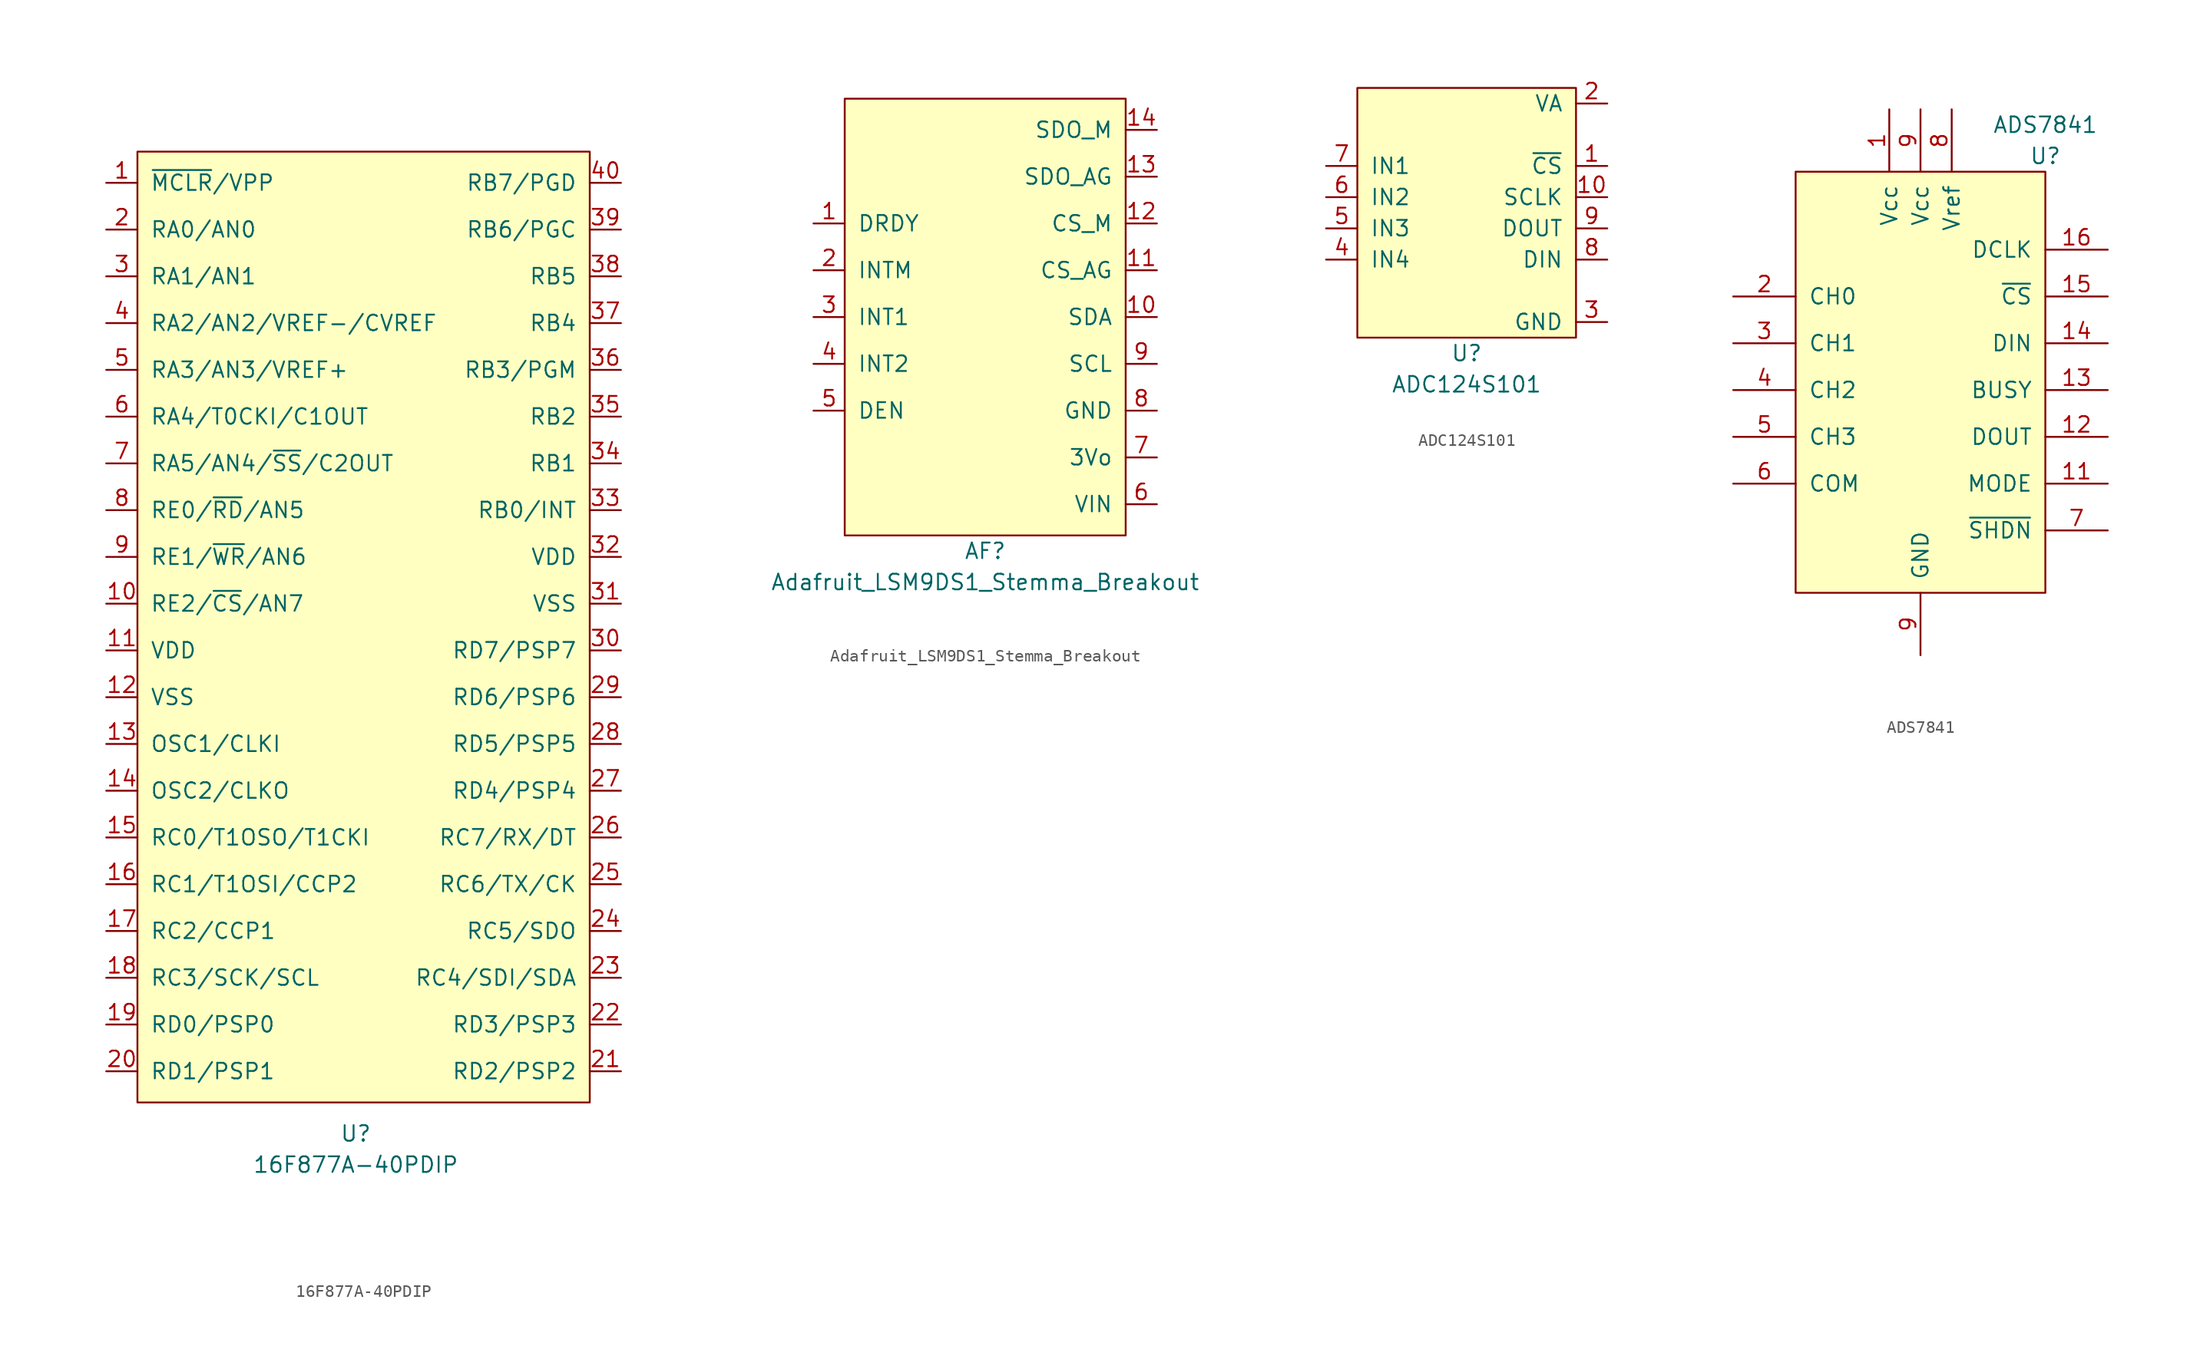
<source format=kicad_sym>
(kicad_symbol_lib
  (version 20211014)
  (generator kicad_symbol_editor)
  (symbol "16F877A-40PDIP"
    (pin_names
      (offset 1.016))
    (property "Reference" "U"
      (at 0 -38.1 0)
      (effects (font (size 1.27 1.27))))
    (property "Value" "16F877A-40PDIP"
      (at 0 -40.64 0)
      (effects (font (size 1.27 1.27))))
    (symbol "16F877A-40PDIP_0_1"
      (rectangle (start -17.78 41.91) (end 19.05 -35.56) (stroke (width 0) (type default) (color 0 0 0 0)) (fill (type background))))
    (symbol "16F877A-40PDIP_1_1"
      (pin unspecified line (at -20.32 39.37 0) (length 2.54) (name "~{MCLR}/VPP" (effects (font (size 1.27 1.27)))) (number "1" (effects (font (size 1.27 1.27)))))
      (pin unspecified line (at -20.32 5.08 0) (length 2.54) (name "RE2/~{CS}/AN7" (effects (font (size 1.27 1.27)))) (number "10" (effects (font (size 1.27 1.27)))))
      (pin power_in line (at -20.32 1.27 0) (length 2.54) (name "VDD" (effects (font (size 1.27 1.27)))) (number "11" (effects (font (size 1.27 1.27)))))
      (pin power_in line (at -20.32 -2.54 0) (length 2.54) (name "VSS" (effects (font (size 1.27 1.27)))) (number "12" (effects (font (size 1.27 1.27)))))
      (pin unspecified line (at -20.32 -6.35 0) (length 2.54) (name "OSC1/CLKI" (effects (font (size 1.27 1.27)))) (number "13" (effects (font (size 1.27 1.27)))))
      (pin unspecified line (at -20.32 -10.16 0) (length 2.54) (name "OSC2/CLKO" (effects (font (size 1.27 1.27)))) (number "14" (effects (font (size 1.27 1.27)))))
      (pin unspecified line (at -20.32 -13.97 0) (length 2.54) (name "RC0/T1OSO/T1CKI" (effects (font (size 1.27 1.27)))) (number "15" (effects (font (size 1.27 1.27)))))
      (pin unspecified line (at -20.32 -17.78 0) (length 2.54) (name "RC1/T1OSI/CCP2" (effects (font (size 1.27 1.27)))) (number "16" (effects (font (size 1.27 1.27)))))
      (pin unspecified line (at -20.32 -21.59 0) (length 2.54) (name "RC2/CCP1" (effects (font (size 1.27 1.27)))) (number "17" (effects (font (size 1.27 1.27)))))
      (pin unspecified line (at -20.32 -25.4 0) (length 2.54) (name "RC3/SCK/SCL" (effects (font (size 1.27 1.27)))) (number "18" (effects (font (size 1.27 1.27)))))
      (pin unspecified line (at -20.32 -29.21 0) (length 2.54) (name "RD0/PSP0" (effects (font (size 1.27 1.27)))) (number "19" (effects (font (size 1.27 1.27)))))
      (pin unspecified line (at -20.32 35.56 0) (length 2.54) (name "RA0/AN0" (effects (font (size 1.27 1.27)))) (number "2" (effects (font (size 1.27 1.27)))))
      (pin unspecified line (at -20.32 -33.02 0) (length 2.54) (name "RD1/PSP1" (effects (font (size 1.27 1.27)))) (number "20" (effects (font (size 1.27 1.27)))))
      (pin unspecified line (at 21.59 -33.02 180) (length 2.54) (name "RD2/PSP2" (effects (font (size 1.27 1.27)))) (number "21" (effects (font (size 1.27 1.27)))))
      (pin unspecified line (at 21.59 -29.21 180) (length 2.54) (name "RD3/PSP3" (effects (font (size 1.27 1.27)))) (number "22" (effects (font (size 1.27 1.27)))))
      (pin unspecified line (at 21.59 -25.4 180) (length 2.54) (name "RC4/SDI/SDA" (effects (font (size 1.27 1.27)))) (number "23" (effects (font (size 1.27 1.27)))))
      (pin unspecified line (at 21.59 -21.59 180) (length 2.54) (name "RC5/SDO" (effects (font (size 1.27 1.27)))) (number "24" (effects (font (size 1.27 1.27)))))
      (pin unspecified line (at 21.59 -17.78 180) (length 2.54) (name "RC6/TX/CK" (effects (font (size 1.27 1.27)))) (number "25" (effects (font (size 1.27 1.27)))))
      (pin unspecified line (at 21.59 -13.97 180) (length 2.54) (name "RC7/RX/DT" (effects (font (size 1.27 1.27)))) (number "26" (effects (font (size 1.27 1.27)))))
      (pin unspecified line (at 21.59 -10.16 180) (length 2.54) (name "RD4/PSP4" (effects (font (size 1.27 1.27)))) (number "27" (effects (font (size 1.27 1.27)))))
      (pin unspecified line (at 21.59 -6.35 180) (length 2.54) (name "RD5/PSP5" (effects (font (size 1.27 1.27)))) (number "28" (effects (font (size 1.27 1.27)))))
      (pin unspecified line (at 21.59 -2.54 180) (length 2.54) (name "RD6/PSP6" (effects (font (size 1.27 1.27)))) (number "29" (effects (font (size 1.27 1.27)))))
      (pin unspecified line (at -20.32 31.75 0) (length 2.54) (name "RA1/AN1" (effects (font (size 1.27 1.27)))) (number "3" (effects (font (size 1.27 1.27)))))
      (pin unspecified line (at 21.59 1.27 180) (length 2.54) (name "RD7/PSP7" (effects (font (size 1.27 1.27)))) (number "30" (effects (font (size 1.27 1.27)))))
      (pin power_in line (at 21.59 5.08 180) (length 2.54) (name "VSS" (effects (font (size 1.27 1.27)))) (number "31" (effects (font (size 1.27 1.27)))))
      (pin power_in line (at 21.59 8.89 180) (length 2.54) (name "VDD" (effects (font (size 1.27 1.27)))) (number "32" (effects (font (size 1.27 1.27)))))
      (pin unspecified line (at 21.59 12.7 180) (length 2.54) (name "RB0/INT" (effects (font (size 1.27 1.27)))) (number "33" (effects (font (size 1.27 1.27)))))
      (pin unspecified line (at 21.59 16.51 180) (length 2.54) (name "RB1" (effects (font (size 1.27 1.27)))) (number "34" (effects (font (size 1.27 1.27)))))
      (pin unspecified line (at 21.59 20.32 180) (length 2.54) (name "RB2" (effects (font (size 1.27 1.27)))) (number "35" (effects (font (size 1.27 1.27)))))
      (pin unspecified line (at 21.59 24.13 180) (length 2.54) (name "RB3/PGM" (effects (font (size 1.27 1.27)))) (number "36" (effects (font (size 1.27 1.27)))))
      (pin unspecified line (at 21.59 27.94 180) (length 2.54) (name "RB4" (effects (font (size 1.27 1.27)))) (number "37" (effects (font (size 1.27 1.27)))))
      (pin unspecified line (at 21.59 31.75 180) (length 2.54) (name "RB5" (effects (font (size 1.27 1.27)))) (number "38" (effects (font (size 1.27 1.27)))))
      (pin unspecified line (at 21.59 35.56 180) (length 2.54) (name "RB6/PGC" (effects (font (size 1.27 1.27)))) (number "39" (effects (font (size 1.27 1.27)))))
      (pin unspecified line (at -20.32 27.94 0) (length 2.54) (name "RA2/AN2/VREF-/CVREF" (effects (font (size 1.27 1.27)))) (number "4" (effects (font (size 1.27 1.27)))))
      (pin unspecified line (at 21.59 39.37 180) (length 2.54) (name "RB7/PGD" (effects (font (size 1.27 1.27)))) (number "40" (effects (font (size 1.27 1.27)))))
      (pin unspecified line (at -20.32 24.13 0) (length 2.54) (name "RA3/AN3/VREF+" (effects (font (size 1.27 1.27)))) (number "5" (effects (font (size 1.27 1.27)))))
      (pin unspecified line (at -20.32 20.32 0) (length 2.54) (name "RA4/T0CKI/C1OUT" (effects (font (size 1.27 1.27)))) (number "6" (effects (font (size 1.27 1.27)))))
      (pin unspecified line (at -20.32 16.51 0) (length 2.54) (name "RA5/AN4/~{SS}/C2OUT" (effects (font (size 1.27 1.27)))) (number "7" (effects (font (size 1.27 1.27)))))
      (pin unspecified line (at -20.32 12.7 0) (length 2.54) (name "RE0/~{RD}/AN5" (effects (font (size 1.27 1.27)))) (number "8" (effects (font (size 1.27 1.27)))))
      (pin unspecified line (at -20.32 8.89 0) (length 2.54) (name "RE1/~{WR}/AN6" (effects (font (size 1.27 1.27)))) (number "9" (effects (font (size 1.27 1.27)))))))
  (symbol "Adafruit_LSM9DS1_Stemma_Breakout"
    (pin_names
      (offset 1.016))
    (property "Reference" "AF"
      (at 0 -19.05 0)
      (effects (font (size 1.27 1.27))))
    (property "Value" "Adafruit_LSM9DS1_Stemma_Breakout"
      (at 0 -21.59 0)
      (effects (font (size 1.27 1.27))))
    (symbol "Adafruit_LSM9DS1_Stemma_Breakout_0_1"
      (rectangle (start -11.43 -17.78) (end 11.43 17.78) (stroke (width 0) (type default) (color 0 0 0 0)) (fill (type background))))
    (symbol "Adafruit_LSM9DS1_Stemma_Breakout_1_1"
      (pin output line (at -13.97 7.62 0) (length 2.54) (name "DRDY" (effects (font (size 1.27 1.27)))) (number "1" (effects (font (size 1.27 1.27)))))
      (pin bidirectional line (at 13.97 0 180) (length 2.54) (name "SDA" (effects (font (size 1.27 1.27)))) (number "10" (effects (font (size 1.27 1.27)))))
      (pin input line (at 13.97 3.81 180) (length 2.54) (name "CS_AG" (effects (font (size 1.27 1.27)))) (number "11" (effects (font (size 1.27 1.27)))))
      (pin input line (at 13.97 7.62 180) (length 2.54) (name "CS_M" (effects (font (size 1.27 1.27)))) (number "12" (effects (font (size 1.27 1.27)))))
      (pin output line (at 13.97 11.43 180) (length 2.54) (name "SDO_AG" (effects (font (size 1.27 1.27)))) (number "13" (effects (font (size 1.27 1.27)))))
      (pin output line (at 13.97 15.24 180) (length 2.54) (name "SDO_M" (effects (font (size 1.27 1.27)))) (number "14" (effects (font (size 1.27 1.27)))))
      (pin output line (at -13.97 3.81 0) (length 2.54) (name "INTM" (effects (font (size 1.27 1.27)))) (number "2" (effects (font (size 1.27 1.27)))))
      (pin output line (at -13.97 0 0) (length 2.54) (name "INT1" (effects (font (size 1.27 1.27)))) (number "3" (effects (font (size 1.27 1.27)))))
      (pin output line (at -13.97 -3.81 0) (length 2.54) (name "INT2" (effects (font (size 1.27 1.27)))) (number "4" (effects (font (size 1.27 1.27)))))
      (pin unspecified line (at -13.97 -7.62 0) (length 2.54) (name "DEN" (effects (font (size 1.27 1.27)))) (number "5" (effects (font (size 1.27 1.27)))))
      (pin power_in line (at 13.97 -15.24 180) (length 2.54) (name "VIN" (effects (font (size 1.27 1.27)))) (number "6" (effects (font (size 1.27 1.27)))))
      (pin power_out line (at 13.97 -11.43 180) (length 2.54) (name "3Vo" (effects (font (size 1.27 1.27)))) (number "7" (effects (font (size 1.27 1.27)))))
      (pin power_in line (at 13.97 -7.62 180) (length 2.54) (name "GND" (effects (font (size 1.27 1.27)))) (number "8" (effects (font (size 1.27 1.27)))))
      (pin input line (at 13.97 -3.81 180) (length 2.54) (name "SCL" (effects (font (size 1.27 1.27)))) (number "9" (effects (font (size 1.27 1.27)))))))
  (symbol "ADC124S101"
    (pin_names
      (offset 1.016))
    (property "Reference" "U"
      (at 0 -8.89 0)
      (effects (font (size 1.27 1.27))))
    (property "Value" "ADC124S101"
      (at 0 -11.43 0)
      (effects (font (size 1.27 1.27))))
    (symbol "ADC124S101_0_1"
      (rectangle (start -8.89 12.7) (end 8.89 -7.62) (stroke (width 0) (type default) (color 0 0 0 0)) (fill (type background))))
    (symbol "ADC124S101_1_1"
      (pin input line (at 11.43 6.35 180) (length 2.54) (name "~{CS}" (effects (font (size 1.27 1.27)))) (number "1" (effects (font (size 1.27 1.27)))))
      (pin input line (at 11.43 3.81 180) (length 2.54) (name "SCLK" (effects (font (size 1.27 1.27)))) (number "10" (effects (font (size 1.27 1.27)))))
      (pin power_in line (at 11.43 11.43 180) (length 2.54) (name "VA" (effects (font (size 1.27 1.27)))) (number "2" (effects (font (size 1.27 1.27)))))
      (pin power_in line (at 11.43 -6.35 180) (length 2.54) (name "GND" (effects (font (size 1.27 1.27)))) (number "3" (effects (font (size 1.27 1.27)))))
      (pin input line (at -11.43 -1.27 0) (length 2.54) (name "IN4" (effects (font (size 1.27 1.27)))) (number "4" (effects (font (size 1.27 1.27)))))
      (pin input line (at -11.43 1.27 0) (length 2.54) (name "IN3" (effects (font (size 1.27 1.27)))) (number "5" (effects (font (size 1.27 1.27)))))
      (pin input line (at -11.43 3.81 0) (length 2.54) (name "IN2" (effects (font (size 1.27 1.27)))) (number "6" (effects (font (size 1.27 1.27)))))
      (pin input line (at -11.43 6.35 0) (length 2.54) (name "IN1" (effects (font (size 1.27 1.27)))) (number "7" (effects (font (size 1.27 1.27)))))
      (pin input line (at 11.43 -1.27 180) (length 2.54) (name "DIN" (effects (font (size 1.27 1.27)))) (number "8" (effects (font (size 1.27 1.27)))))
      (pin output line (at 11.43 1.27 180) (length 2.54) (name "DOUT" (effects (font (size 1.27 1.27)))) (number "9" (effects (font (size 1.27 1.27)))))))
  (symbol "ADS7841"
    (pin_names
      (offset 1.016))
    (property "Reference" "U"
      (at 10.16 16.51 0)
      (effects (font (size 1.27 1.27))))
    (property "Value" "ADS7841"
      (at 10.16 19.05 0)
      (effects (font (size 1.27 1.27))))
    (symbol "ADS7841_0_1"
      (rectangle (start -10.16 15.24) (end 10.16 -19.05) (stroke (width 0) (type default) (color 0 0 0 0)) (fill (type background))))
    (symbol "ADS7841_1_1"
      (pin power_in line (at -2.54 20.32 270) (length 5.08) (name "Vcc" (effects (font (size 1.27 1.27)))) (number "1" (effects (font (size 1.27 1.27)))))
      (pin input line (at 15.24 -10.16 180) (length 5.08) (name "MODE" (effects (font (size 1.27 1.27)))) (number "11" (effects (font (size 1.27 1.27)))))
      (pin output line (at 15.24 -6.35 180) (length 5.08) (name "DOUT" (effects (font (size 1.27 1.27)))) (number "12" (effects (font (size 1.27 1.27)))))
      (pin output line (at 15.24 -2.54 180) (length 5.08) (name "BUSY" (effects (font (size 1.27 1.27)))) (number "13" (effects (font (size 1.27 1.27)))))
      (pin input line (at 15.24 1.27 180) (length 5.08) (name "DIN" (effects (font (size 1.27 1.27)))) (number "14" (effects (font (size 1.27 1.27)))))
      (pin input line (at 15.24 5.08 180) (length 5.08) (name "~{CS}" (effects (font (size 1.27 1.27)))) (number "15" (effects (font (size 1.27 1.27)))))
      (pin input line (at 15.24 8.89 180) (length 5.08) (name "DCLK" (effects (font (size 1.27 1.27)))) (number "16" (effects (font (size 1.27 1.27)))))
      (pin input line (at -15.24 5.08 0) (length 5.08) (name "CH0" (effects (font (size 1.27 1.27)))) (number "2" (effects (font (size 1.27 1.27)))))
      (pin input line (at -15.24 1.27 0) (length 5.08) (name "CH1" (effects (font (size 1.27 1.27)))) (number "3" (effects (font (size 1.27 1.27)))))
      (pin input line (at -15.24 -2.54 0) (length 5.08) (name "CH2" (effects (font (size 1.27 1.27)))) (number "4" (effects (font (size 1.27 1.27)))))
      (pin input line (at -15.24 -6.35 0) (length 5.08) (name "CH3" (effects (font (size 1.27 1.27)))) (number "5" (effects (font (size 1.27 1.27)))))
      (pin passive line (at -15.24 -10.16 0) (length 5.08) (name "COM" (effects (font (size 1.27 1.27)))) (number "6" (effects (font (size 1.27 1.27)))))
      (pin input line (at 15.24 -13.97 180) (length 5.08) (name "~{SHDN}" (effects (font (size 1.27 1.27)))) (number "7" (effects (font (size 1.27 1.27)))))
      (pin input line (at 2.54 20.32 270) (length 5.08) (name "Vref" (effects (font (size 1.27 1.27)))) (number "8" (effects (font (size 1.27 1.27)))))
      (pin power_in line (at 0 -24.13 90) (length 5.08) (name "GND" (effects (font (size 1.27 1.27)))) (number "9" (effects (font (size 1.27 1.27)))))
      (pin power_in line (at 0 20.32 270) (length 5.08) (name "Vcc" (effects (font (size 1.27 1.27)))) (number "9" (effects (font (size 1.27 1.27))))))))
</source>
